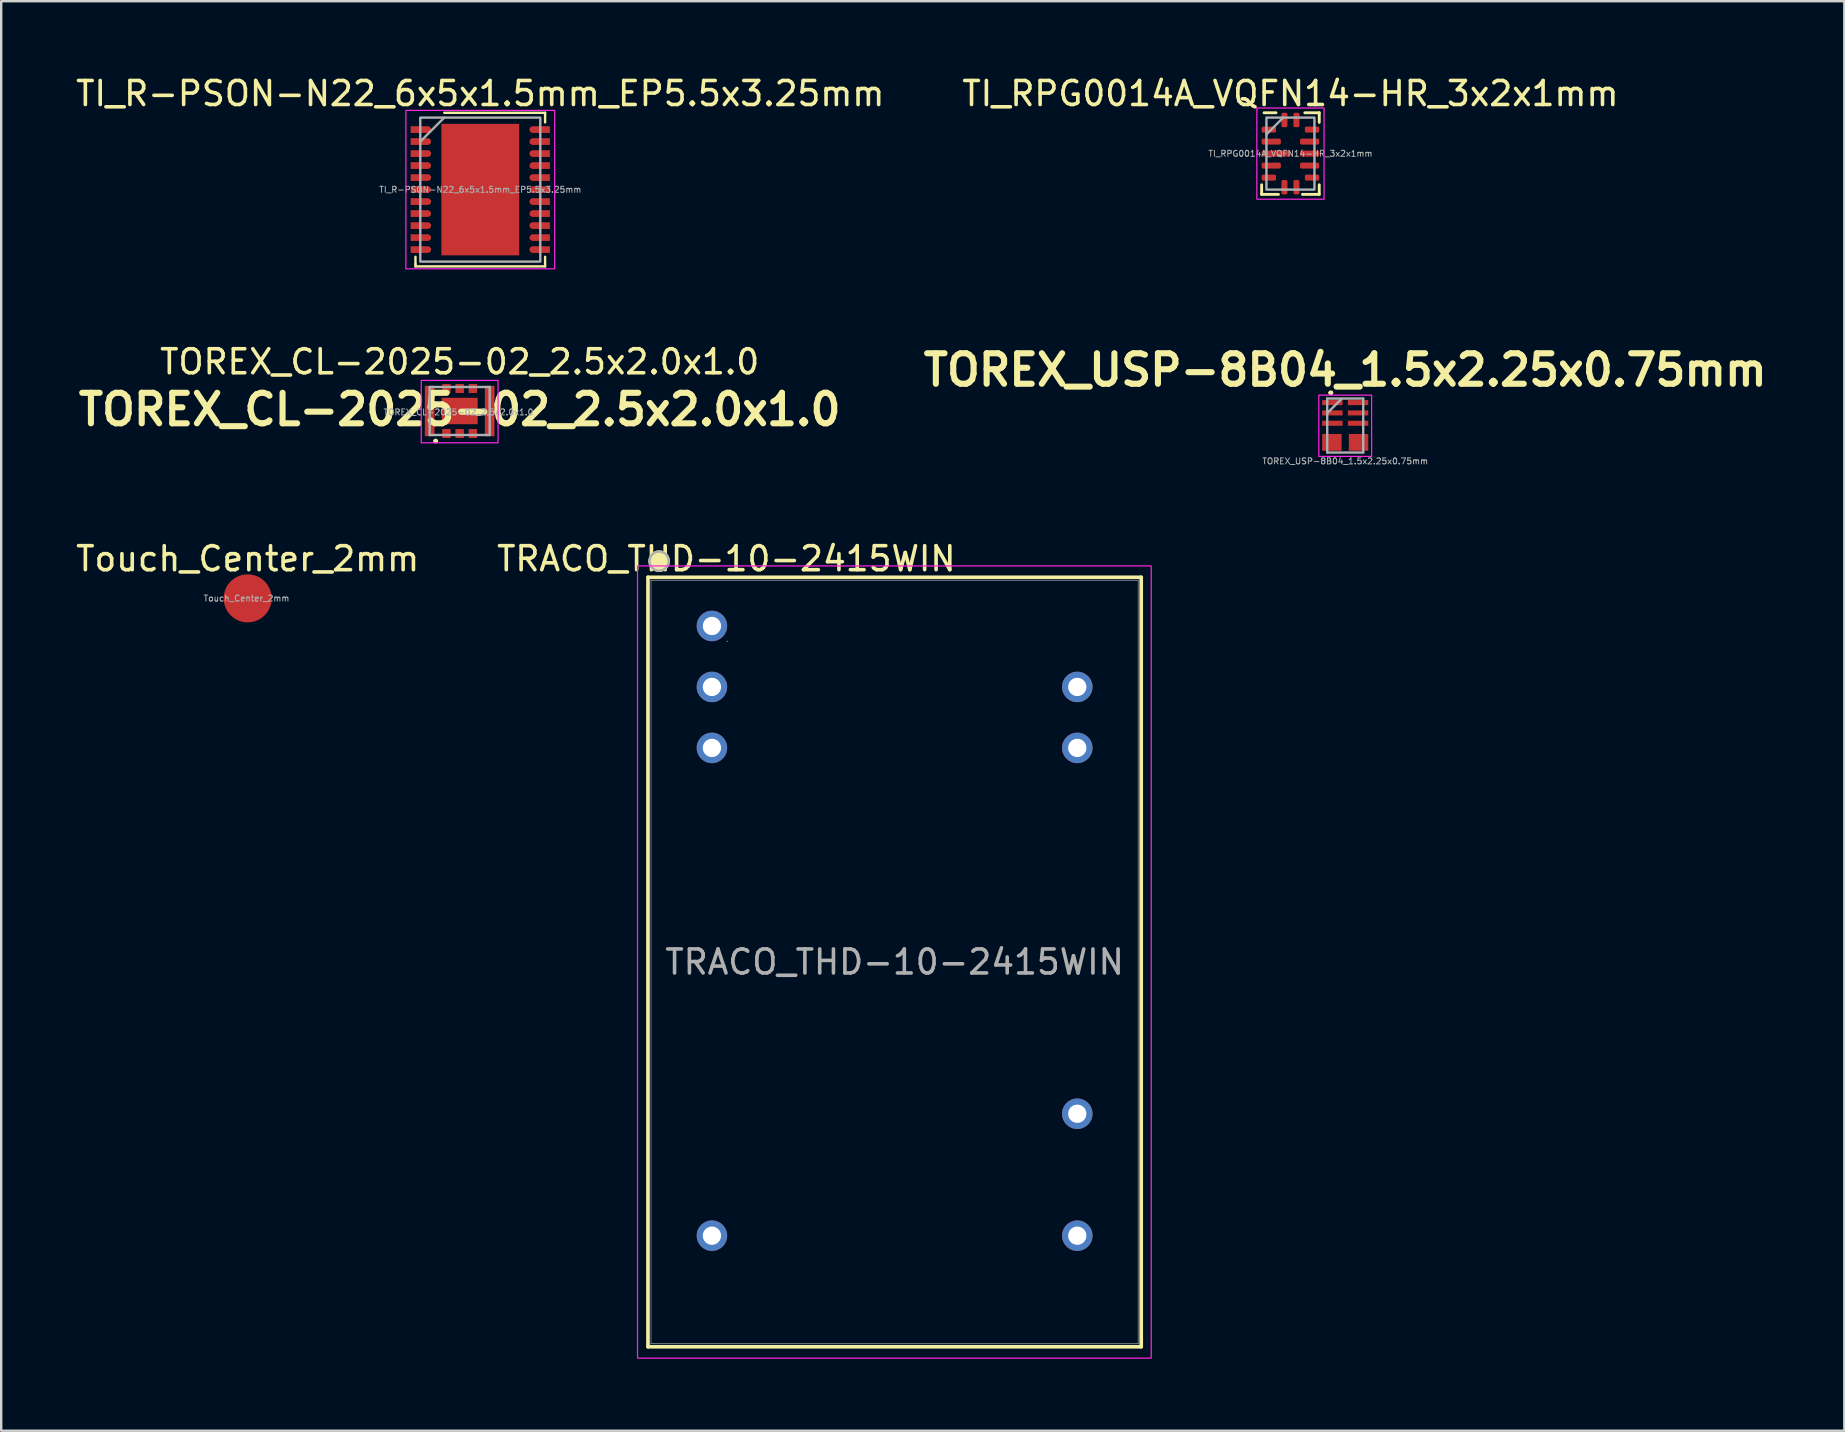
<source format=kicad_pcb>
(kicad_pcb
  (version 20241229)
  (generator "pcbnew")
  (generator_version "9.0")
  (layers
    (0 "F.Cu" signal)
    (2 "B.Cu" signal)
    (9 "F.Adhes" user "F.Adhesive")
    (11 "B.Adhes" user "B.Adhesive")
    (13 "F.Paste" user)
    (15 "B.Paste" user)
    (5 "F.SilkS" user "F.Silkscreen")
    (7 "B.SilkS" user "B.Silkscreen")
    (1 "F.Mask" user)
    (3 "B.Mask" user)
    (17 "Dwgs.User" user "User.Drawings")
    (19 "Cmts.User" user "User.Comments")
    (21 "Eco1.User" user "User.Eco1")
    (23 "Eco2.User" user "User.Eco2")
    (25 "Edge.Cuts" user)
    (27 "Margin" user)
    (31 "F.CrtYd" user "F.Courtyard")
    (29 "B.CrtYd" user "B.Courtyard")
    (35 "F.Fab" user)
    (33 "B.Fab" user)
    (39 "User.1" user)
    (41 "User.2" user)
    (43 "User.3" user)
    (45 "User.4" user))
  (footprint "TOREX_USP-8B04_1.5x2.25x0.75mm"
    (layer "F.Cu")
    (at 52.99 14.662)
    (property "Reference" "TOREX_USP-8B04_1.5x2.25x0.75mm" (at 0 -2.3 0) (layer "F.SilkS") (effects (font (size 1.27 1.27) (thickness 0.254))))
    (attr smd)
    (fp_line (start -0.65 -1.35) (end -0.65 -1.35) (stroke (width 0.1) (type solid)) (layer "F.SilkS"))
    (fp_line (start -0.55 -1.35) (end -0.55 -1.35) (stroke (width 0.1) (type solid)) (layer "F.SilkS"))
    (fp_arc (start -0.65 -1.35) (mid -0.6 -1.4) (end -0.55 -1.35) (stroke (width 0.1) (type solid)) (layer "F.SilkS"))
    (fp_arc (start -0.55 -1.35) (mid -0.6 -1.3) (end -0.65 -1.35) (stroke (width 0.1) (type solid)) (layer "F.SilkS"))
    (fp_rect (start -1.1 -1.25) (end 1.1 1.3) (stroke (width 0.05) (type default)) (fill no) (layer "F.CrtYd"))
    (fp_line (start -0.75 -1.11) (end 0.75 -1.11) (stroke (width 0.1) (type solid)) (layer "F.Fab"))
    (fp_line (start -0.75 -0.5) (end -0.15 -1.1) (stroke (width 0.1) (type default)) (layer "F.Fab"))
    (fp_line (start -0.75 1.14) (end -0.75 -1.11) (stroke (width 0.1) (type solid)) (layer "F.Fab"))
    (fp_line (start 0.75 -1.11) (end 0.75 1.14) (stroke (width 0.1) (type solid)) (layer "F.Fab"))
    (fp_line (start 0.75 1.14) (end -0.75 1.14) (stroke (width 0.1) (type solid)) (layer "F.Fab"))
    (fp_text user "${REFERENCE}" (at 0 1.5 0) (unlocked yes) (layer "F.Fab") (effects (font (size 0.25 0.25) (thickness 0.04))))
    (pad "1" smd rect (at -0.535 -0.94 90) (size 0.21 0.85) (layers "F.Cu" "F.Mask" "F.Paste"))
    (pad "2" smd rect (at -0.535 -0.51 90) (size 0.21 0.85) (layers "F.Cu" "F.Mask" "F.Paste"))
    (pad "3" smd rect (at -0.535 -0.08 90) (size 0.21 0.85) (layers "F.Cu" "F.Mask" "F.Paste"))
    (pad "4" smd rect (at 0.535 -0.08 90) (size 0.21 0.85) (layers "F.Cu" "F.Mask" "F.Paste"))
    (pad "5" smd rect (at 0.535 -0.51 90) (size 0.21 0.85) (layers "F.Cu" "F.Mask" "F.Paste"))
    (pad "6" smd rect (at 0.535 -0.94 90) (size 0.21 0.85) (layers "F.Cu" "F.Mask" "F.Paste"))
    (pad "7" smd rect (at -0.555 0.716 90) (size 0.7 0.81) (layers "F.Cu" "F.Mask" "F.Paste"))
    (pad "8" smd rect (at 0.555 0.716 90) (size 0.7 0.81) (layers "F.Cu" "F.Mask" "F.Paste")))
  (footprint "Touch_Center_2mm"
    (layer "F.Cu")
    (at 7.268 21.877)
    (property "Reference" "Touch_Center_2mm" (at 0 -1.65 0) (layer "F.SilkS") (effects (font (size 1 1) (thickness 0.15))))
    (attr exclude_from_pos_files exclude_from_bom)
    (fp_text user "${REFERENCE}" (at -0.05 0 0) (unlocked yes) (layer "F.Fab") (effects (font (size 0.25 0.25) (thickness 0.04))))
    (pad "1" smd circle (at 0 0) (size 2 2) (layers "F.Cu")))
  (footprint "TI_R-PSON-N22_6x5x1.5mm_EP5.5x3.25mm"
    (layer "F.Cu")
    (at 16.958 4.848)
    (property "Reference" "TI_R-PSON-N22_6x5x1.5mm_EP5.5x3.25mm" (at 0 -4 0) (unlocked yes) (layer "F.SilkS") (effects (font (size 1 1) (thickness 0.15))))
    (attr smd)
    (fp_line (start -2.7 3.1) (end -2.7 3.2) (stroke (width 0.1) (type default)) (layer "F.SilkS"))
    (fp_line (start -2.7 3.2) (end 2.7 3.2) (stroke (width 0.1) (type default)) (layer "F.SilkS"))
    (fp_line (start 2.7 -3.2) (end -1.5 -3.2) (stroke (width 0.1) (type default)) (layer "F.SilkS"))
    (fp_line (start 2.7 -3.1) (end 2.7 -3.2) (stroke (width 0.1) (type default)) (layer "F.SilkS"))
    (fp_line (start 2.7 -2.8) (end 2.7 -3.1) (stroke (width 0.1) (type default)) (layer "F.SilkS"))
    (fp_line (start 2.7 3.2) (end 2.7 2.8) (stroke (width 0.1) (type default)) (layer "F.SilkS"))
    (fp_rect (start -2.7 2.8) (end -2.7 3.1) (stroke (width 0.1) (type default)) (fill no) (layer "F.SilkS"))
    (fp_rect (start -3.1 -3.3) (end 3.1 3.3) (stroke (width 0.05) (type default)) (fill no) (layer "F.CrtYd"))
    (fp_line (start -1.5 -3) (end -2.5 -2) (stroke (width 0.1) (type default)) (layer "F.Fab"))
    (fp_rect (start -2.5 3) (end 2.5 -3) (stroke (width 0.1) (type default)) (fill no) (layer "F.Fab"))
    (fp_text user "${REFERENCE}" (at 0 0 0) (unlocked yes) (layer "F.Fab") (effects (font (size 0.25 0.25) (thickness 0.04))))
    (pad "1" smd roundrect (at -2.475 -2.5) (size 0.85 0.28) (layers "F.Cu" "F.Mask" "F.Paste") (roundrect_rratio 0.5) (chamfer_ratio 0) (chamfer top_left bottom_left))
    (pad "2" smd roundrect (at -2.475 -2) (size 0.85 0.28) (layers "F.Cu" "F.Mask" "F.Paste") (roundrect_rratio 0.5) (chamfer_ratio 0) (chamfer top_left bottom_left))
    (pad "3" smd roundrect (at -2.475 -1.5) (size 0.85 0.28) (layers "F.Cu" "F.Mask" "F.Paste") (roundrect_rratio 0.5) (chamfer_ratio 0) (chamfer top_left bottom_left))
    (pad "4" smd roundrect (at -2.475 -1) (size 0.85 0.28) (layers "F.Cu" "F.Mask" "F.Paste") (roundrect_rratio 0.5) (chamfer_ratio 0) (chamfer top_left bottom_left))
    (pad "5" smd roundrect (at -2.475 -0.5) (size 0.85 0.28) (layers "F.Cu" "F.Mask" "F.Paste") (roundrect_rratio 0.5) (chamfer_ratio 0) (chamfer top_left bottom_left))
    (pad "6" smd roundrect (at -2.475 0) (size 0.85 0.28) (layers "F.Cu" "F.Mask" "F.Paste") (roundrect_rratio 0.5) (chamfer_ratio 0) (chamfer top_left bottom_left))
    (pad "7" smd roundrect (at -2.475 0.5) (size 0.85 0.28) (layers "F.Cu" "F.Mask" "F.Paste") (roundrect_rratio 0.5) (chamfer_ratio 0) (chamfer top_left bottom_left))
    (pad "8" smd roundrect (at -2.475 1) (size 0.85 0.28) (layers "F.Cu" "F.Mask" "F.Paste") (roundrect_rratio 0.5) (chamfer_ratio 0) (chamfer top_left bottom_left))
    (pad "9" smd roundrect (at -2.475 1.5) (size 0.85 0.28) (layers "F.Cu" "F.Mask" "F.Paste") (roundrect_rratio 0.5) (chamfer_ratio 0) (chamfer top_left bottom_left))
    (pad "10" smd roundrect (at -2.475 2) (size 0.85 0.28) (layers "F.Cu" "F.Mask" "F.Paste") (roundrect_rratio 0.5) (chamfer_ratio 0) (chamfer top_left bottom_left))
    (pad "11" smd roundrect (at -2.475 2.5) (size 0.85 0.28) (layers "F.Cu" "F.Mask" "F.Paste") (roundrect_rratio 0.5) (chamfer_ratio 0) (chamfer top_left bottom_left))
    (pad "12" smd roundrect (at 2.475 2.5 180) (size 0.85 0.28) (layers "F.Cu" "F.Mask" "F.Paste") (roundrect_rratio 0.5) (chamfer_ratio 0) (chamfer top_left bottom_left))
    (pad "13" smd roundrect (at 2.475 2 180) (size 0.85 0.28) (layers "F.Cu" "F.Mask" "F.Paste") (roundrect_rratio 0.5) (chamfer_ratio 0) (chamfer top_left bottom_left))
    (pad "14" smd roundrect (at 2.475 1.5 180) (size 0.85 0.28) (layers "F.Cu" "F.Mask" "F.Paste") (roundrect_rratio 0.5) (chamfer_ratio 0) (chamfer top_left bottom_left))
    (pad "15" smd roundrect (at 2.475 1 180) (size 0.85 0.28) (layers "F.Cu" "F.Mask" "F.Paste") (roundrect_rratio 0.5) (chamfer_ratio 0) (chamfer top_left bottom_left))
    (pad "16" smd roundrect (at 2.475 0.5 180) (size 0.85 0.28) (layers "F.Cu" "F.Mask" "F.Paste") (roundrect_rratio 0.5) (chamfer_ratio 0) (chamfer top_left bottom_left))
    (pad "17" smd roundrect (at 2.475 0 180) (size 0.85 0.28) (layers "F.Cu" "F.Mask" "F.Paste") (roundrect_rratio 0.5) (chamfer_ratio 0) (chamfer top_left bottom_left))
    (pad "18" smd roundrect (at 2.475 -0.5 180) (size 0.85 0.28) (layers "F.Cu" "F.Mask" "F.Paste") (roundrect_rratio 0.5) (chamfer_ratio 0) (chamfer top_left bottom_left))
    (pad "19" smd roundrect (at 2.475 -1 180) (size 0.85 0.28) (layers "F.Cu" "F.Mask" "F.Paste") (roundrect_rratio 0.5) (chamfer_ratio 0) (chamfer top_left bottom_left))
    (pad "20" smd roundrect (at 2.475 -1.5 180) (size 0.85 0.28) (layers "F.Cu" "F.Mask" "F.Paste") (roundrect_rratio 0.5) (chamfer_ratio 0) (chamfer top_left bottom_left))
    (pad "21" smd roundrect (at 2.475 -2 180) (size 0.85 0.28) (layers "F.Cu" "F.Mask" "F.Paste") (roundrect_rratio 0.5) (chamfer_ratio 0) (chamfer top_left bottom_left))
    (pad "22" smd roundrect (at 2.475 -2.5 180) (size 0.85 0.28) (layers "F.Cu" "F.Mask" "F.Paste") (roundrect_rratio 0.5) (chamfer_ratio 0) (chamfer top_left bottom_left))
    (pad "23" smd rect (at 0 0) (size 3.24 5.48) (layers "F.Cu" "F.Mask" "F.Paste")))
  (footprint "TOREX_CL-2025-02_2.5x2.0x1.0"
    (layer "F.Cu")
    (at 16.099 14.072)
    (property "Reference" "TOREX_CL-2025-02_2.5x2.0x1.0" (at 0 -0.063 0) (layer "F.SilkS") (effects (font (size 1.27 1.27) (thickness 0.254))))
    (attr smd)
    (fp_arc (start -1.05 1.25) (mid -1 1.2) (end -0.95 1.25) (stroke (width 0.1) (type solid)) (layer "F.SilkS"))
    (fp_arc (start -0.95 1.25) (mid -1 1.3) (end -1.05 1.25) (stroke (width 0.1) (type solid)) (layer "F.SilkS"))
    (fp_rect (start -1.6 -1.275) (end 1.6 1.325) (stroke (width 0.05) (type default)) (fill no) (layer "F.CrtYd"))
    (fp_line (start -1.25 -1) (end 1.25 -1) (stroke (width 0.1) (type solid)) (layer "F.Fab"))
    (fp_line (start -1.25 1) (end -1.25 -1) (stroke (width 0.1) (type solid)) (layer "F.Fab"))
    (fp_line (start 1.25 -1) (end 1.25 1) (stroke (width 0.1) (type solid)) (layer "F.Fab"))
    (fp_line (start 1.25 1) (end -1.25 1) (stroke (width 0.1) (type solid)) (layer "F.Fab"))
    (fp_text user "${REFERENCE}" (at 0 -2.05 0) (unlocked yes) (layer "F.SilkS") (effects (font (size 1 1) (thickness 0.15))))
    (fp_text user "${REFERENCE}" (at -0.05 0.05 0) (unlocked yes) (layer "F.Fab") (effects (font (size 0.25 0.25) (thickness 0.04))))
    (pad "1" smd rect (at -0.55 0.938) (size 0.35 0.375) (layers "F.Cu" "F.Mask" "F.Paste"))
    (pad "2" smd rect (at 0 0.938) (size 0.35 0.375) (layers "F.Cu" "F.Mask" "F.Paste"))
    (pad "3" smd rect (at 0.55 0.938) (size 0.35 0.375) (layers "F.Cu" "F.Mask" "F.Paste"))
    (pad "4" smd rect (at 0.55 -0.937) (size 0.35 0.375) (layers "F.Cu" "F.Mask" "F.Paste"))
    (pad "5" smd rect (at 0 -0.937) (size 0.35 0.375) (layers "F.Cu" "F.Mask" "F.Paste"))
    (pad "6" smd rect (at -0.55 -0.937) (size 0.35 0.375) (layers "F.Cu" "F.Mask" "F.Paste"))
    (pad "7" smd rect (at -1.25 0) (size 0.4 2.1) (layers "F.Cu" "F.Mask" "F.Paste"))
    (pad "8" smd rect (at 1.25 0) (size 0.4 2.1) (layers "F.Cu" "F.Mask" "F.Paste"))
    (pad "9" smd rect (at 0 0 90) (size 1.1 1.5) (layers "F.Cu" "F.Mask" "F.Paste")))
  (footprint "TI_RPG0014A_VQFN14-HR_3x2x1mm"
    (layer "F.Cu")
    (at 50.708 3.348)
    (property "Reference" "TI_RPG0014A_VQFN14-HR_3x2x1mm" (at 0 -2.5 0) (unlocked yes) (layer "F.SilkS") (effects (font (size 1 1) (thickness 0.15))))
    (attr smd)
    (fp_line (start -1.2 1.3) (end -1.2 1.7) (stroke (width 0.12) (type default)) (layer "F.SilkS"))
    (fp_line (start -1.1 -1.7) (end -0.6 -1.7) (stroke (width 0.12) (type default)) (layer "F.SilkS"))
    (fp_line (start -0.5 1.7) (end -1.2 1.7) (stroke (width 0.12) (type default)) (layer "F.SilkS"))
    (fp_line (start 0.6 -1.7) (end 1.2 -1.7) (stroke (width 0.12) (type default)) (layer "F.SilkS"))
    (fp_line (start 1.2 -1.7) (end 1.2 -1.3) (stroke (width 0.12) (type default)) (layer "F.SilkS"))
    (fp_line (start 1.2 1.3) (end 1.2 1.7) (stroke (width 0.12) (type default)) (layer "F.SilkS"))
    (fp_line (start 1.2 1.7) (end 0.5 1.7) (stroke (width 0.12) (type default)) (layer "F.SilkS"))
    (fp_rect (start -1.4 1.9) (end 1.4 -1.9) (stroke (width 0.05) (type default)) (fill no) (layer "F.CrtYd"))
    (fp_line (start -0.3 -1.5) (end -1 -0.8) (stroke (width 0.1) (type default)) (layer "F.Fab"))
    (fp_rect (start -1 1.5) (end 1 -1.5) (stroke (width 0.1) (type default)) (fill no) (layer "F.Fab"))
    (fp_text user "${REFERENCE}" (at 0 0 0) (unlocked yes) (layer "F.Fab") (effects (font (size 0.25 0.25) (thickness 0.04))))
    (pad "1" smd roundrect (at -0.9 -1) (size 0.6 0.25) (layers "F.Cu" "F.Mask" "F.Paste") (roundrect_rratio 0.25))
    (pad "2" smd roundrect (at -0.8 -0.5) (size 0.8 0.25) (layers "F.Cu" "F.Mask" "F.Paste") (roundrect_rratio 0.25))
    (pad "3" smd roundrect (at -0.6 0) (size 1.2 0.25) (layers "F.Cu" "F.Mask" "F.Paste") (roundrect_rratio 0.25))
    (pad "4" smd roundrect (at -0.8 0.5) (size 0.8 0.25) (layers "F.Cu" "F.Mask" "F.Paste") (roundrect_rratio 0.25))
    (pad "5" smd roundrect (at -0.9 1) (size 0.6 0.25) (layers "F.Cu" "F.Mask" "F.Paste") (roundrect_rratio 0.25))
    (pad "6" smd roundrect (at -0.25 1.4 90) (size 0.6 0.25) (layers "F.Cu" "F.Mask" "F.Paste") (roundrect_rratio 0.25))
    (pad "7" smd roundrect (at 0.25 1.4 90) (size 0.6 0.25) (layers "F.Cu" "F.Mask" "F.Paste") (roundrect_rratio 0.25))
    (pad "8" smd roundrect (at 0.9 1) (size 0.6 0.25) (layers "F.Cu" "F.Mask" "F.Paste") (roundrect_rratio 0.25))
    (pad "9" smd roundrect (at 0.8 0.5) (size 0.8 0.25) (layers "F.Cu" "F.Mask" "F.Paste") (roundrect_rratio 0.25))
    (pad "10" smd roundrect (at 0.8 0) (size 0.8 0.25) (layers "F.Cu" "F.Mask" "F.Paste") (roundrect_rratio 0.25))
    (pad "11" smd roundrect (at 0.8 -0.5) (size 0.8 0.25) (layers "F.Cu" "F.Mask" "F.Paste") (roundrect_rratio 0.25))
    (pad "12" smd roundrect (at 0.9 -1) (size 0.6 0.25) (layers "F.Cu" "F.Mask" "F.Paste") (roundrect_rratio 0.25))
    (pad "13" smd roundrect (at 0.25 -1.4 90) (size 0.6 0.25) (layers "F.Cu" "F.Mask" "F.Paste") (roundrect_rratio 0.25))
    (pad "14" smd roundrect (at -0.25 -1.4 90) (size 0.6 0.25) (layers "F.Cu" "F.Mask" "F.Paste") (roundrect_rratio 0.25)))
  (footprint "TRACO_THD-10-2415WIN"
    (layer "F.Cu")
    (at 26.608 23.027)
    (property "Reference" "TRACO_THD-10-2415WIN" (at 0.6 -2.8 0) (unlocked yes) (layer "F.SilkS") (effects (font (size 1 1) (thickness 0.15))))
    (attr through_hole)
    (fp_line (start -2.664 -2.028) (end -2.664 30.027) (stroke (width 0.152) (type solid)) (layer "F.SilkS"))
    (fp_line (start -2.664 30.027) (end 17.884 30.027) (stroke (width 0.152) (type solid)) (layer "F.SilkS"))
    (fp_line (start 17.884 -2.028) (end -2.664 -2.028) (stroke (width 0.152) (type solid)) (layer "F.SilkS"))
    (fp_line (start 17.884 30.027) (end 17.884 -2.028) (stroke (width 0.152) (type solid)) (layer "F.SilkS"))
    (fp_circle (center -2.2 -2.7) (end -1.8 -2.7) (stroke (width 0.1) (type solid)) (fill yes) (layer "F.SilkS"))
    (fp_rect (start -3.1 -2.5) (end 18.3 30.5) (stroke (width 0.05) (type default)) (fill no) (layer "F.CrtYd"))
    (fp_line (start -2.537 -1.901) (end -2.537 29.9) (stroke (width 0.025) (type solid)) (layer "F.Fab"))
    (fp_line (start -2.537 29.9) (end 17.757 29.9) (stroke (width 0.025) (type solid)) (layer "F.Fab"))
    (fp_line (start 17.757 -1.901) (end -2.537 -1.901) (stroke (width 0.025) (type solid)) (layer "F.Fab"))
    (fp_line (start 17.757 29.9) (end 17.757 -1.901) (stroke (width 0.025) (type solid)) (layer "F.Fab"))
    (fp_circle (center -2.2 -2.7) (end -1.8 -2.7) (stroke (width 0.1) (type solid)) (fill no) (layer "F.Fab"))
    (fp_circle (center 0.635 0.639) (end 0.635 0.639) (stroke (width 0.025) (type solid)) (fill no) (layer "F.Fab"))
    (fp_text user "${REFERENCE}" (at 7.61 14 0) (unlocked yes) (layer "F.Fab") (effects (font (size 1 1) (thickness 0.15))))
    (pad "1" thru_hole circle (at 0 0) (size 1.27 1.27) (drill 0.762) (layers "*.Cu" "*.Mask"))
    (pad "2" thru_hole circle (at 0 2.54) (size 1.27 1.27) (drill 0.762) (layers "*.Cu" "*.Mask"))
    (pad "3" thru_hole circle (at 0 5.08) (size 1.27 1.27) (drill 0.762) (layers "*.Cu" "*.Mask"))
    (pad "11" thru_hole circle (at 0 25.4) (size 1.27 1.27) (drill 0.762) (layers "*.Cu" "*.Mask"))
    (pad "14" thru_hole circle (at 15.22 25.4) (size 1.27 1.27) (drill 0.762) (layers "*.Cu" "*.Mask"))
    (pad "16" thru_hole circle (at 15.22 20.32) (size 1.27 1.27) (drill 0.762) (layers "*.Cu" "*.Mask"))
    (pad "22" thru_hole circle (at 15.22 5.08) (size 1.27 1.27) (drill 0.762) (layers "*.Cu" "*.Mask"))
    (pad "23" thru_hole circle (at 15.22 2.54) (size 1.27 1.27) (drill 0.762) (layers "*.Cu" "*.Mask")))
  (gr_rect
    (start -3 -3)
    (end 73.782 56.552)
    (stroke (width 0.1) (type default))
    (fill no)
    (layer "Edge.Cuts")))
</source>
